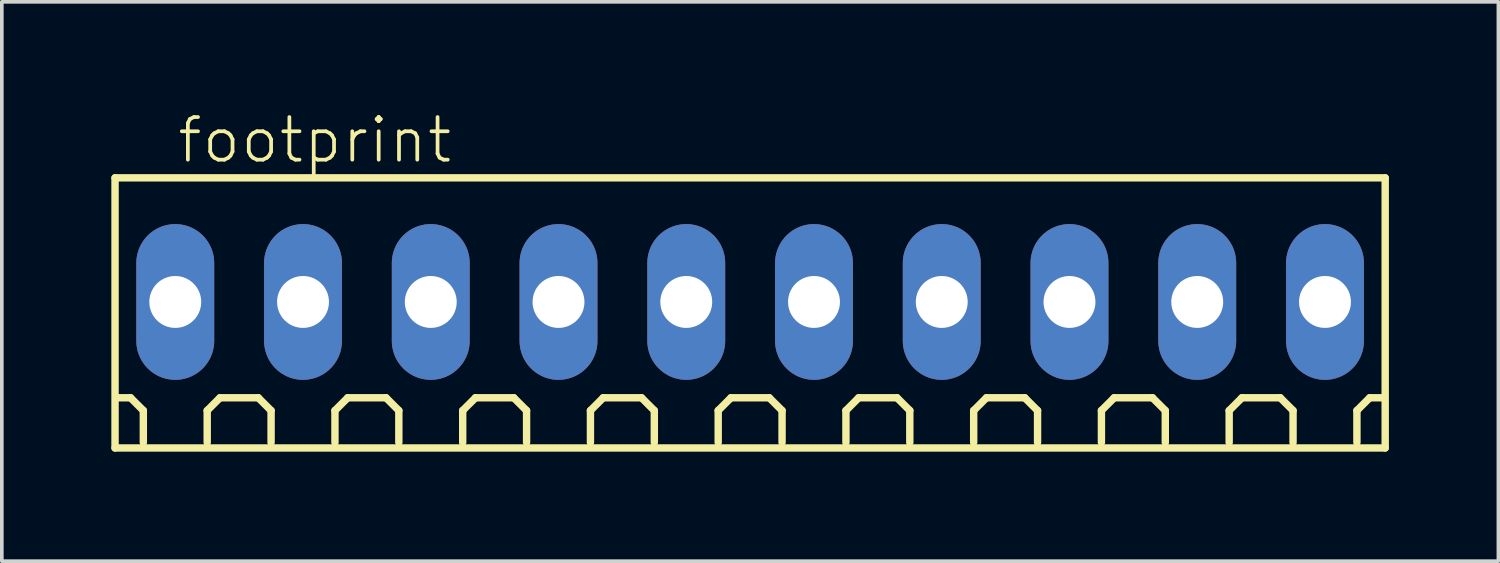
<source format=kicad_pcb>
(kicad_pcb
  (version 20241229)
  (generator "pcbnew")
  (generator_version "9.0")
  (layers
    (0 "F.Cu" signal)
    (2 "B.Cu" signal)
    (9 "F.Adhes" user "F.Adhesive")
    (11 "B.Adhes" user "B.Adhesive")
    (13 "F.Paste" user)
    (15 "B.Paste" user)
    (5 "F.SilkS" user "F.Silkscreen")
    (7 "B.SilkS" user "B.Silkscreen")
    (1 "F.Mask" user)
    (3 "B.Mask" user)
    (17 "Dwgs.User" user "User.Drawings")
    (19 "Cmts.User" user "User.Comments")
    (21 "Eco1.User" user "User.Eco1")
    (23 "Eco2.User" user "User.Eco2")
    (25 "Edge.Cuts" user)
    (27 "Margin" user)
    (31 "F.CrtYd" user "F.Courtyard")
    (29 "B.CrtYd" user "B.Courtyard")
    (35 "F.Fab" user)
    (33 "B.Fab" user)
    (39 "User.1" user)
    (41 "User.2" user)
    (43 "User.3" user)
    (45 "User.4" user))
  (footprint "footprint"
    (layer "F.Cu")
    (at 17.502 5.223)
    (property "Reference" "footprint" (at -15.75 -3.75 0) (layer "F.SilkS") (effects (font (size 1.168 1.168) (thickness 0.102)) (justify left bottom)))
    (fp_line (start -17.4 -3.4) (end 17.4 -3.4) (stroke (width 0.203) (type solid)) (layer "F.SilkS"))
    (fp_line (start -17.4 4) (end -17.4 -3.4) (stroke (width 0.203) (type solid)) (layer "F.SilkS"))
    (fp_line (start -16.975 2.625) (end -17.325 2.625) (stroke (width 0.203) (type solid)) (layer "F.SilkS"))
    (fp_line (start -16.625 2.975) (end -16.975 2.625) (stroke (width 0.203) (type solid)) (layer "F.SilkS"))
    (fp_line (start -16.625 3.85) (end -16.625 2.975) (stroke (width 0.203) (type solid)) (layer "F.SilkS"))
    (fp_line (start -14.875 2.975) (end -14.525 2.625) (stroke (width 0.203) (type solid)) (layer "F.SilkS"))
    (fp_line (start -14.875 3.85) (end -14.875 2.975) (stroke (width 0.203) (type solid)) (layer "F.SilkS"))
    (fp_line (start -14.525 2.625) (end -13.475 2.625) (stroke (width 0.203) (type solid)) (layer "F.SilkS"))
    (fp_line (start -13.475 2.625) (end -13.125 2.975) (stroke (width 0.203) (type solid)) (layer "F.SilkS"))
    (fp_line (start -13.125 2.975) (end -13.125 3.85) (stroke (width 0.203) (type solid)) (layer "F.SilkS"))
    (fp_line (start -11.375 2.975) (end -11.025 2.625) (stroke (width 0.203) (type solid)) (layer "F.SilkS"))
    (fp_line (start -11.375 3.85) (end -11.375 2.975) (stroke (width 0.203) (type solid)) (layer "F.SilkS"))
    (fp_line (start -11.025 2.625) (end -9.975 2.625) (stroke (width 0.203) (type solid)) (layer "F.SilkS"))
    (fp_line (start -9.975 2.625) (end -9.625 2.975) (stroke (width 0.203) (type solid)) (layer "F.SilkS"))
    (fp_line (start -9.625 2.975) (end -9.625 3.85) (stroke (width 0.203) (type solid)) (layer "F.SilkS"))
    (fp_line (start -7.875 2.975) (end -7.525 2.625) (stroke (width 0.203) (type solid)) (layer "F.SilkS"))
    (fp_line (start -7.875 3.85) (end -7.875 2.975) (stroke (width 0.203) (type solid)) (layer "F.SilkS"))
    (fp_line (start -7.525 2.625) (end -6.475 2.625) (stroke (width 0.203) (type solid)) (layer "F.SilkS"))
    (fp_line (start -6.475 2.625) (end -6.125 2.975) (stroke (width 0.203) (type solid)) (layer "F.SilkS"))
    (fp_line (start -6.125 2.975) (end -6.125 3.85) (stroke (width 0.203) (type solid)) (layer "F.SilkS"))
    (fp_line (start -4.375 2.975) (end -4.025 2.625) (stroke (width 0.203) (type solid)) (layer "F.SilkS"))
    (fp_line (start -4.375 3.85) (end -4.375 2.975) (stroke (width 0.203) (type solid)) (layer "F.SilkS"))
    (fp_line (start -4.025 2.625) (end -2.975 2.625) (stroke (width 0.203) (type solid)) (layer "F.SilkS"))
    (fp_line (start -2.975 2.625) (end -2.625 2.975) (stroke (width 0.203) (type solid)) (layer "F.SilkS"))
    (fp_line (start -2.625 2.975) (end -2.625 3.85) (stroke (width 0.203) (type solid)) (layer "F.SilkS"))
    (fp_line (start -0.875 2.975) (end -0.525 2.625) (stroke (width 0.203) (type solid)) (layer "F.SilkS"))
    (fp_line (start -0.875 3.85) (end -0.875 2.975) (stroke (width 0.203) (type solid)) (layer "F.SilkS"))
    (fp_line (start -0.525 2.625) (end 0.525 2.625) (stroke (width 0.203) (type solid)) (layer "F.SilkS"))
    (fp_line (start 0.525 2.625) (end 0.875 2.975) (stroke (width 0.203) (type solid)) (layer "F.SilkS"))
    (fp_line (start 0.875 2.975) (end 0.875 3.85) (stroke (width 0.203) (type solid)) (layer "F.SilkS"))
    (fp_line (start 2.625 2.975) (end 2.975 2.625) (stroke (width 0.203) (type solid)) (layer "F.SilkS"))
    (fp_line (start 2.625 3.85) (end 2.625 2.975) (stroke (width 0.203) (type solid)) (layer "F.SilkS"))
    (fp_line (start 2.975 2.625) (end 4.025 2.625) (stroke (width 0.203) (type solid)) (layer "F.SilkS"))
    (fp_line (start 4.025 2.625) (end 4.375 2.975) (stroke (width 0.203) (type solid)) (layer "F.SilkS"))
    (fp_line (start 4.375 2.975) (end 4.375 3.85) (stroke (width 0.203) (type solid)) (layer "F.SilkS"))
    (fp_line (start 6.125 2.975) (end 6.475 2.625) (stroke (width 0.203) (type solid)) (layer "F.SilkS"))
    (fp_line (start 6.125 3.85) (end 6.125 2.975) (stroke (width 0.203) (type solid)) (layer "F.SilkS"))
    (fp_line (start 6.475 2.625) (end 7.525 2.625) (stroke (width 0.203) (type solid)) (layer "F.SilkS"))
    (fp_line (start 7.525 2.625) (end 7.875 2.975) (stroke (width 0.203) (type solid)) (layer "F.SilkS"))
    (fp_line (start 7.875 2.975) (end 7.875 3.85) (stroke (width 0.203) (type solid)) (layer "F.SilkS"))
    (fp_line (start 9.625 2.975) (end 9.975 2.625) (stroke (width 0.203) (type solid)) (layer "F.SilkS"))
    (fp_line (start 9.625 3.85) (end 9.625 2.975) (stroke (width 0.203) (type solid)) (layer "F.SilkS"))
    (fp_line (start 9.975 2.625) (end 11.025 2.625) (stroke (width 0.203) (type solid)) (layer "F.SilkS"))
    (fp_line (start 11.025 2.625) (end 11.375 2.975) (stroke (width 0.203) (type solid)) (layer "F.SilkS"))
    (fp_line (start 11.375 2.975) (end 11.375 3.85) (stroke (width 0.203) (type solid)) (layer "F.SilkS"))
    (fp_line (start 13.125 2.975) (end 13.475 2.625) (stroke (width 0.203) (type solid)) (layer "F.SilkS"))
    (fp_line (start 13.125 3.85) (end 13.125 2.975) (stroke (width 0.203) (type solid)) (layer "F.SilkS"))
    (fp_line (start 13.475 2.625) (end 14.525 2.625) (stroke (width 0.203) (type solid)) (layer "F.SilkS"))
    (fp_line (start 14.525 2.625) (end 14.875 2.975) (stroke (width 0.203) (type solid)) (layer "F.SilkS"))
    (fp_line (start 14.875 2.975) (end 14.875 3.85) (stroke (width 0.203) (type solid)) (layer "F.SilkS"))
    (fp_line (start 16.625 2.975) (end 16.975 2.625) (stroke (width 0.203) (type solid)) (layer "F.SilkS"))
    (fp_line (start 16.625 3.85) (end 16.625 2.975) (stroke (width 0.203) (type solid)) (layer "F.SilkS"))
    (fp_line (start 16.975 2.625) (end 17.325 2.625) (stroke (width 0.203) (type solid)) (layer "F.SilkS"))
    (fp_line (start 17.4 -3.4) (end 17.4 4) (stroke (width 0.203) (type solid)) (layer "F.SilkS"))
    (fp_line (start 17.4 4) (end -17.4 4) (stroke (width 0.203) (type solid)) (layer "F.SilkS"))
    (pad "1" thru_hole oval (at -15.75 0 90) (size 4.267 2.134) (drill 1.422) (layers "*.Cu" "*.Mask"))
    (pad "2" thru_hole oval (at -12.25 0 90) (size 4.267 2.134) (drill 1.422) (layers "*.Cu" "*.Mask"))
    (pad "3" thru_hole oval (at -8.75 0 90) (size 4.267 2.134) (drill 1.422) (layers "*.Cu" "*.Mask"))
    (pad "4" thru_hole oval (at -5.25 0 90) (size 4.267 2.134) (drill 1.422) (layers "*.Cu" "*.Mask"))
    (pad "5" thru_hole oval (at -1.75 0 90) (size 4.267 2.134) (drill 1.422) (layers "*.Cu" "*.Mask"))
    (pad "6" thru_hole oval (at 1.75 0 90) (size 4.267 2.134) (drill 1.422) (layers "*.Cu" "*.Mask"))
    (pad "7" thru_hole oval (at 5.25 0 90) (size 4.267 2.134) (drill 1.422) (layers "*.Cu" "*.Mask"))
    (pad "8" thru_hole oval (at 8.75 0 90) (size 4.267 2.134) (drill 1.422) (layers "*.Cu" "*.Mask"))
    (pad "9" thru_hole oval (at 12.25 0 90) (size 4.267 2.134) (drill 1.422) (layers "*.Cu" "*.Mask"))
    (pad "10" thru_hole oval (at 15.75 0 90) (size 4.267 2.134) (drill 1.422) (layers "*.Cu" "*.Mask")))
  (gr_rect
    (start -3 -3)
    (end 38.003 12.325)
    (stroke (width 0.1) (type default))
    (fill no)
    (layer "Edge.Cuts")))
</source>
